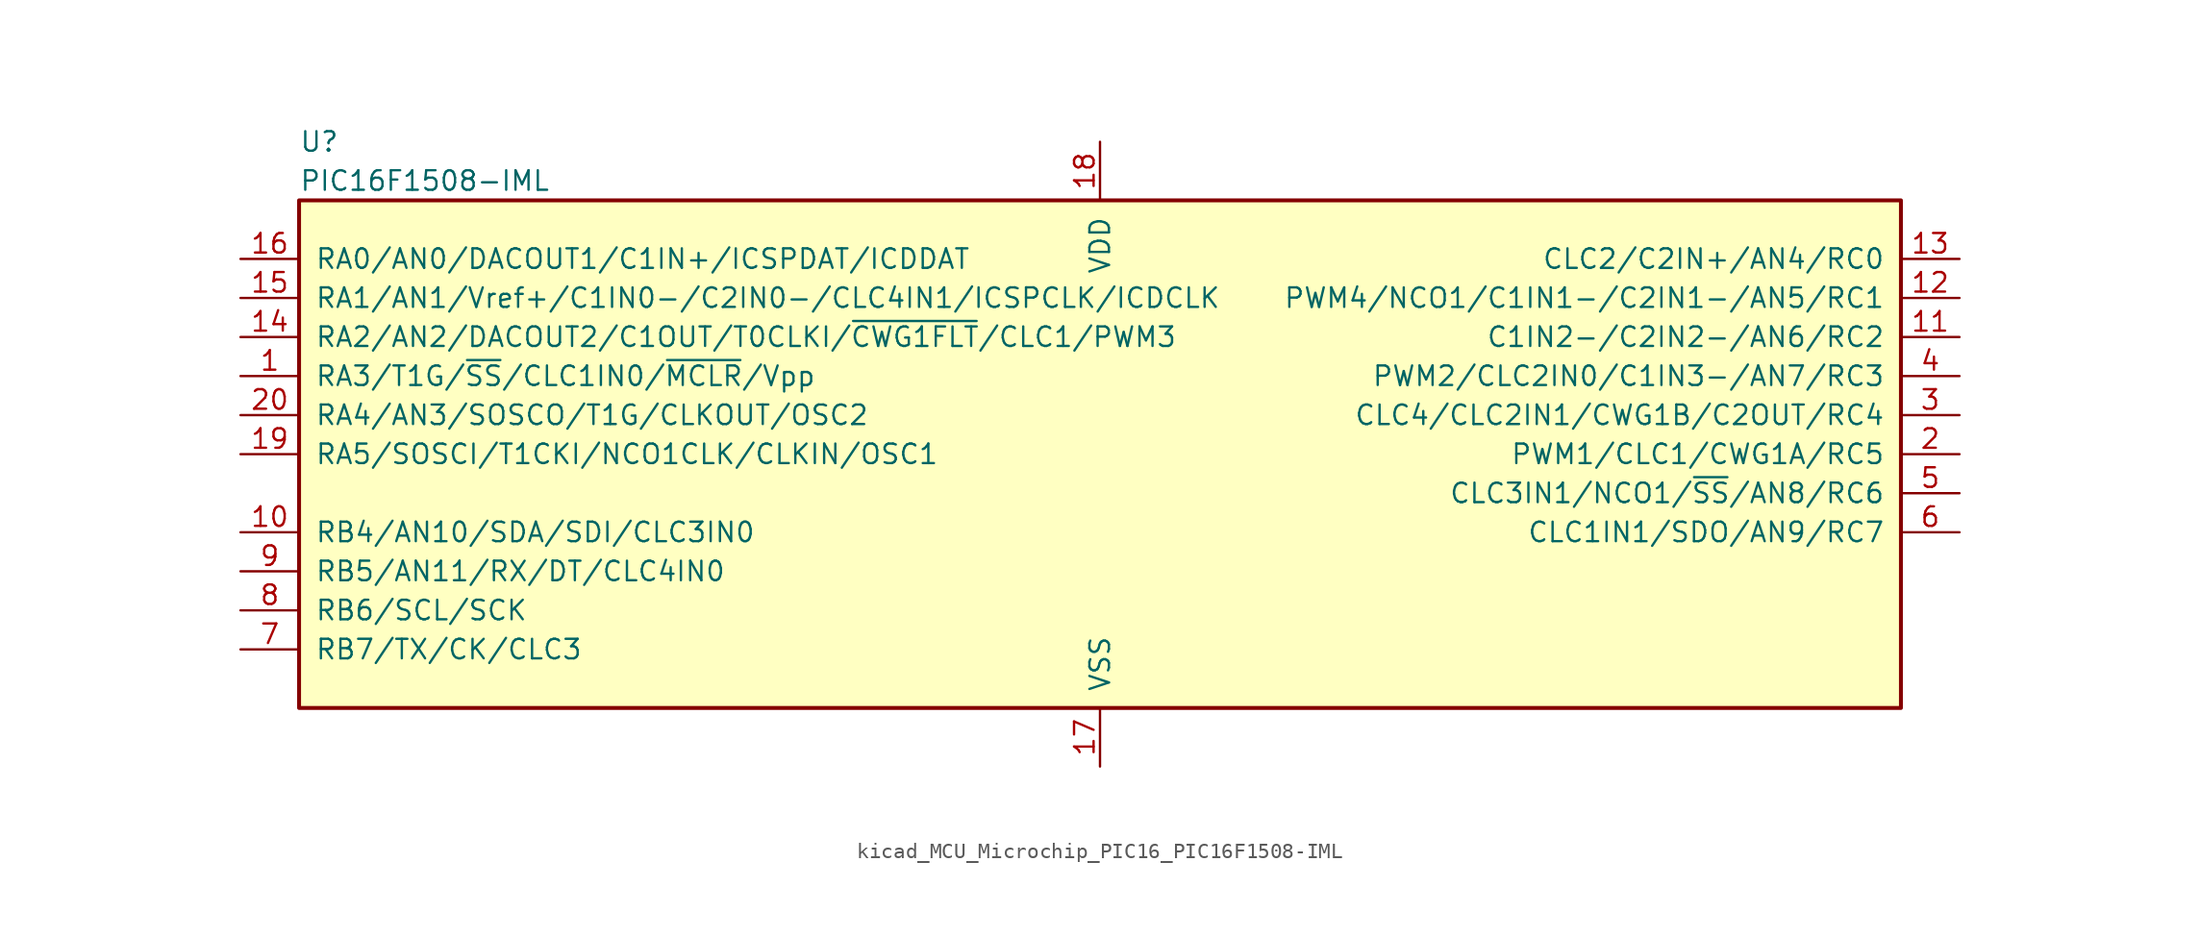
<source format=kicad_sym>
(kicad_symbol_lib
  (version 20220914)
  (generator kicad_symbol_editor)
  (symbol "kicad_MCU_Microchip_PIC16_PIC16F1508-IML"
    (pin_names
      (offset 1.016))
    (property "Reference" "U"
      (at -52.07 20.32 0)
      (effects (font (size 1.27 1.27)) (justify left)))
    (property "Value" "PIC16F1508-IML"
      (at -52.07 17.78 0)
      (effects (font (size 1.27 1.27)) (justify left)))
    (symbol "kicad_MCU_Microchip_PIC16_PIC16F1508-IML_0_1"
      (rectangle (start -52.07 16.51) (end 52.07 -16.51) (stroke (width 0.254) (type default)) (fill (type background))))
    (symbol "kicad_MCU_Microchip_PIC16_PIC16F1508-IML_1_1"
      (pin input line (at -55.88 5.08 0) (length 3.81) (name "RA3/T1G/~{SS}/CLC1IN0/~{MCLR}/Vpp" (effects (font (size 1.27 1.27)))) (number "1" (effects (font (size 1.27 1.27)))))
      (pin bidirectional line (at -55.88 -5.08 0) (length 3.81) (name "RB4/AN10/SDA/SDI/CLC3IN0" (effects (font (size 1.27 1.27)))) (number "10" (effects (font (size 1.27 1.27)))))
      (pin bidirectional line (at 55.88 7.62 180) (length 3.81) (name "C1IN2-/C2IN2-/AN6/RC2" (effects (font (size 1.27 1.27)))) (number "11" (effects (font (size 1.27 1.27)))))
      (pin bidirectional line (at 55.88 10.16 180) (length 3.81) (name "PWM4/NCO1/C1IN1-/C2IN1-/AN5/RC1" (effects (font (size 1.27 1.27)))) (number "12" (effects (font (size 1.27 1.27)))))
      (pin bidirectional line (at 55.88 12.7 180) (length 3.81) (name "CLC2/C2IN+/AN4/RC0" (effects (font (size 1.27 1.27)))) (number "13" (effects (font (size 1.27 1.27)))))
      (pin bidirectional line (at -55.88 7.62 0) (length 3.81) (name "RA2/AN2/DACOUT2/C1OUT/T0CLKI/~{CWG1FLT}/CLC1/PWM3" (effects (font (size 1.27 1.27)))) (number "14" (effects (font (size 1.27 1.27)))))
      (pin bidirectional line (at -55.88 10.16 0) (length 3.81) (name "RA1/AN1/Vref+/C1IN0-/C2IN0-/CLC4IN1/ICSPCLK/ICDCLK" (effects (font (size 1.27 1.27)))) (number "15" (effects (font (size 1.27 1.27)))))
      (pin bidirectional line (at -55.88 12.7 0) (length 3.81) (name "RA0/AN0/DACOUT1/C1IN+/ICSPDAT/ICDDAT" (effects (font (size 1.27 1.27)))) (number "16" (effects (font (size 1.27 1.27)))))
      (pin power_in line (at 0 -20.32 90) (length 3.81) (name "VSS" (effects (font (size 1.27 1.27)))) (number "17" (effects (font (size 1.27 1.27)))))
      (pin power_in line (at 0 20.32 270) (length 3.81) (name "VDD" (effects (font (size 1.27 1.27)))) (number "18" (effects (font (size 1.27 1.27)))))
      (pin bidirectional line (at -55.88 0 0) (length 3.81) (name "RA5/SOSCI/T1CKI/NCO1CLK/CLKIN/OSC1" (effects (font (size 1.27 1.27)))) (number "19" (effects (font (size 1.27 1.27)))))
      (pin bidirectional line (at 55.88 0 180) (length 3.81) (name "PWM1/CLC1/CWG1A/RC5" (effects (font (size 1.27 1.27)))) (number "2" (effects (font (size 1.27 1.27)))))
      (pin bidirectional line (at -55.88 2.54 0) (length 3.81) (name "RA4/AN3/SOSCO/T1G/CLKOUT/OSC2" (effects (font (size 1.27 1.27)))) (number "20" (effects (font (size 1.27 1.27)))))
      (pin bidirectional line (at 55.88 2.54 180) (length 3.81) (name "CLC4/CLC2IN1/CWG1B/C2OUT/RC4" (effects (font (size 1.27 1.27)))) (number "3" (effects (font (size 1.27 1.27)))))
      (pin bidirectional line (at 55.88 5.08 180) (length 3.81) (name "PWM2/CLC2IN0/C1IN3-/AN7/RC3" (effects (font (size 1.27 1.27)))) (number "4" (effects (font (size 1.27 1.27)))))
      (pin bidirectional line (at 55.88 -2.54 180) (length 3.81) (name "CLC3IN1/NCO1/~{SS}/AN8/RC6" (effects (font (size 1.27 1.27)))) (number "5" (effects (font (size 1.27 1.27)))))
      (pin bidirectional line (at 55.88 -5.08 180) (length 3.81) (name "CLC1IN1/SDO/AN9/RC7" (effects (font (size 1.27 1.27)))) (number "6" (effects (font (size 1.27 1.27)))))
      (pin bidirectional line (at -55.88 -12.7 0) (length 3.81) (name "RB7/TX/CK/CLC3" (effects (font (size 1.27 1.27)))) (number "7" (effects (font (size 1.27 1.27)))))
      (pin bidirectional line (at -55.88 -10.16 0) (length 3.81) (name "RB6/SCL/SCK" (effects (font (size 1.27 1.27)))) (number "8" (effects (font (size 1.27 1.27)))))
      (pin bidirectional line (at -55.88 -7.62 0) (length 3.81) (name "RB5/AN11/RX/DT/CLC4IN0" (effects (font (size 1.27 1.27)))) (number "9" (effects (font (size 1.27 1.27))))))))
</source>
